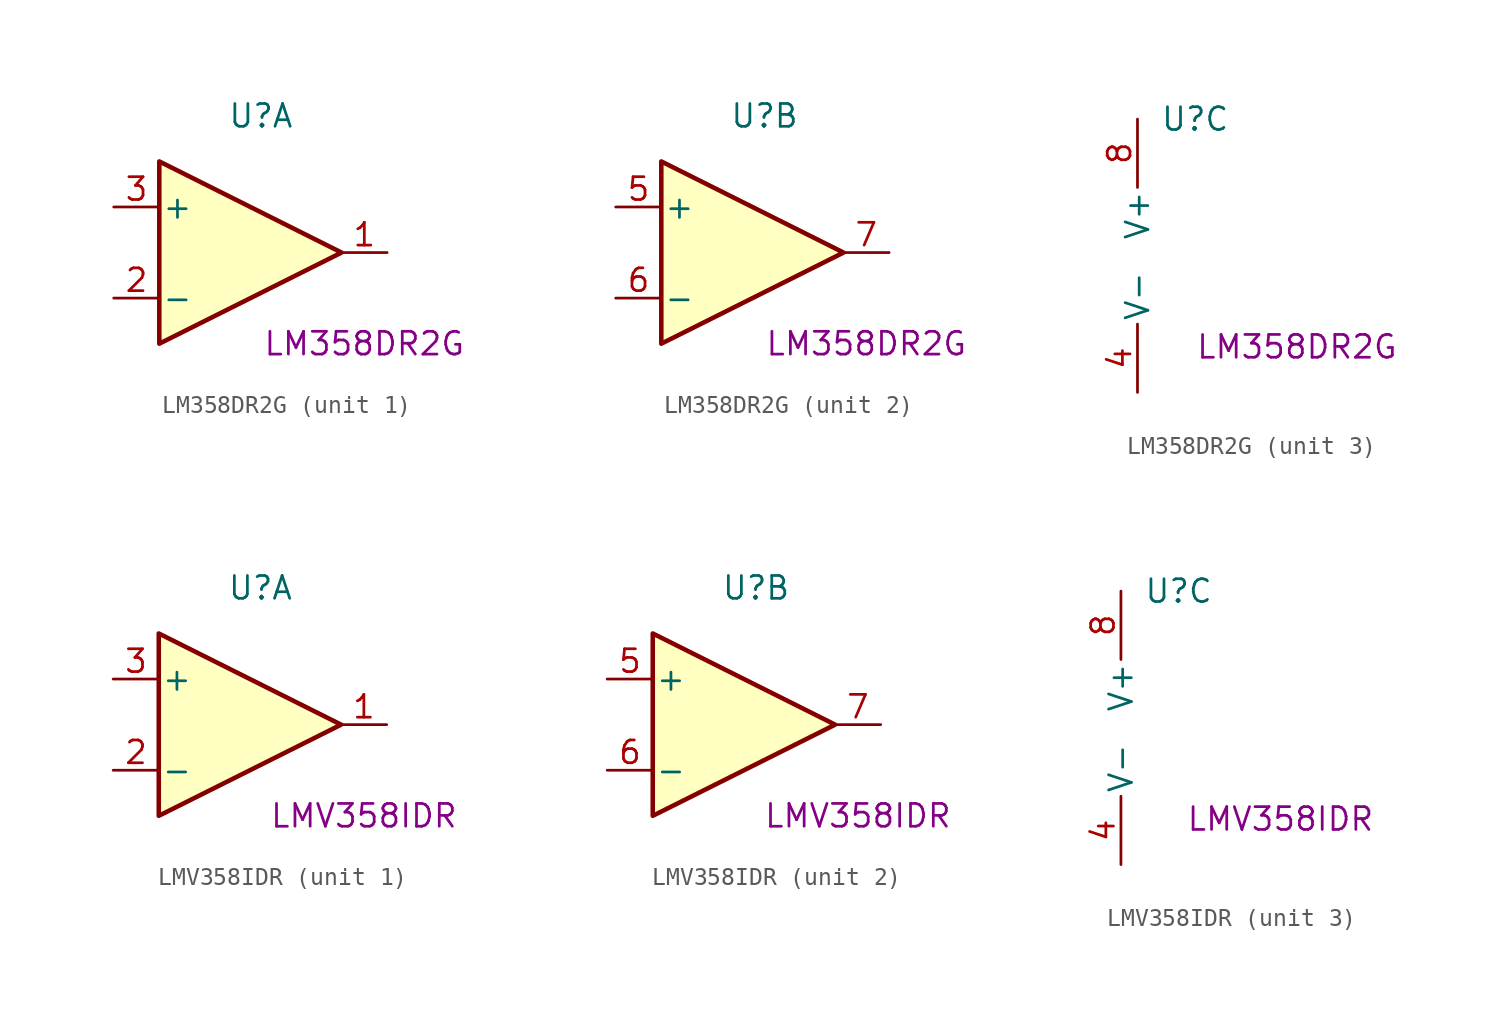
<source format=kicad_sym>
(kicad_symbol_lib
  (version 20220914)
  (generator kicad_symbol_editor)
  (symbol "LM358DR2G"
    (pin_names
      (offset 0.127))
    (property "Reference" "U"
      (at -1.27 7.62 0)
      (effects (font (size 1.27 1.27)) (justify left)))
    (property "UserValue" "LM358DR2G"
      (at 6.35 -5.08 0)
      (effects (font (size 1.27 1.27))))
    (property "ki_locked" ""
      (at 0 0 0)
      (effects (font (size 1.27 1.27))))
    (symbol "LM358DR2G_1_1"
      (polyline (pts (xy -5.08 5.08) (xy 5.08 0) (xy -5.08 -5.08) (xy -5.08 5.08)) (stroke (width 0.254) (type default)) (fill (type background)))
      (pin output line (at 7.62 0 180) (length 2.54) (name "~" (effects (font (size 1.27 1.27)))) (number "1" (effects (font (size 1.27 1.27)))))
      (pin input line (at -7.62 -2.54 0) (length 2.54) (name "-" (effects (font (size 1.27 1.27)))) (number "2" (effects (font (size 1.27 1.27)))))
      (pin input line (at -7.62 2.54 0) (length 2.54) (name "+" (effects (font (size 1.27 1.27)))) (number "3" (effects (font (size 1.27 1.27))))))
    (symbol "LM358DR2G_2_1"
      (polyline (pts (xy -5.08 5.08) (xy 5.08 0) (xy -5.08 -5.08) (xy -5.08 5.08)) (stroke (width 0.254) (type default)) (fill (type background)))
      (pin input line (at -7.62 2.54 0) (length 2.54) (name "+" (effects (font (size 1.27 1.27)))) (number "5" (effects (font (size 1.27 1.27)))))
      (pin input line (at -7.62 -2.54 0) (length 2.54) (name "-" (effects (font (size 1.27 1.27)))) (number "6" (effects (font (size 1.27 1.27)))))
      (pin output line (at 7.62 0 180) (length 2.54) (name "~" (effects (font (size 1.27 1.27)))) (number "7" (effects (font (size 1.27 1.27))))))
    (symbol "LM358DR2G_3_1"
      (pin power_in line (at -2.54 -7.62 90) (length 3.81) (name "V-" (effects (font (size 1.27 1.27)))) (number "4" (effects (font (size 1.27 1.27)))))
      (pin power_in line (at -2.54 7.62 270) (length 3.81) (name "V+" (effects (font (size 1.27 1.27)))) (number "8" (effects (font (size 1.27 1.27)))))))
  (symbol "LMV358IDR"
    (pin_names
      (offset 0.127))
    (property "Reference" "U"
      (at -1.27 7.62 0)
      (effects (font (size 1.27 1.27)) (justify left)))
    (property "UserValue" "LMV358IDR"
      (at 6.35 -5.08 0)
      (effects (font (size 1.27 1.27))))
    (property "ki_locked" ""
      (at 0 0 0)
      (effects (font (size 1.27 1.27))))
    (symbol "LMV358IDR_1_1"
      (polyline (pts (xy -5.08 5.08) (xy 5.08 0) (xy -5.08 -5.08) (xy -5.08 5.08)) (stroke (width 0.254) (type default)) (fill (type background)))
      (pin output line (at 7.62 0 180) (length 2.54) (name "~" (effects (font (size 1.27 1.27)))) (number "1" (effects (font (size 1.27 1.27)))))
      (pin input line (at -7.62 -2.54 0) (length 2.54) (name "-" (effects (font (size 1.27 1.27)))) (number "2" (effects (font (size 1.27 1.27)))))
      (pin input line (at -7.62 2.54 0) (length 2.54) (name "+" (effects (font (size 1.27 1.27)))) (number "3" (effects (font (size 1.27 1.27))))))
    (symbol "LMV358IDR_2_1"
      (polyline (pts (xy -5.08 5.08) (xy 5.08 0) (xy -5.08 -5.08) (xy -5.08 5.08)) (stroke (width 0.254) (type default)) (fill (type background)))
      (pin input line (at -7.62 2.54 0) (length 2.54) (name "+" (effects (font (size 1.27 1.27)))) (number "5" (effects (font (size 1.27 1.27)))))
      (pin input line (at -7.62 -2.54 0) (length 2.54) (name "-" (effects (font (size 1.27 1.27)))) (number "6" (effects (font (size 1.27 1.27)))))
      (pin output line (at 7.62 0 180) (length 2.54) (name "~" (effects (font (size 1.27 1.27)))) (number "7" (effects (font (size 1.27 1.27))))))
    (symbol "LMV358IDR_3_1"
      (pin power_in line (at -2.54 -7.62 90) (length 3.81) (name "V-" (effects (font (size 1.27 1.27)))) (number "4" (effects (font (size 1.27 1.27)))))
      (pin power_in line (at -2.54 7.62 270) (length 3.81) (name "V+" (effects (font (size 1.27 1.27)))) (number "8" (effects (font (size 1.27 1.27))))))))
</source>
